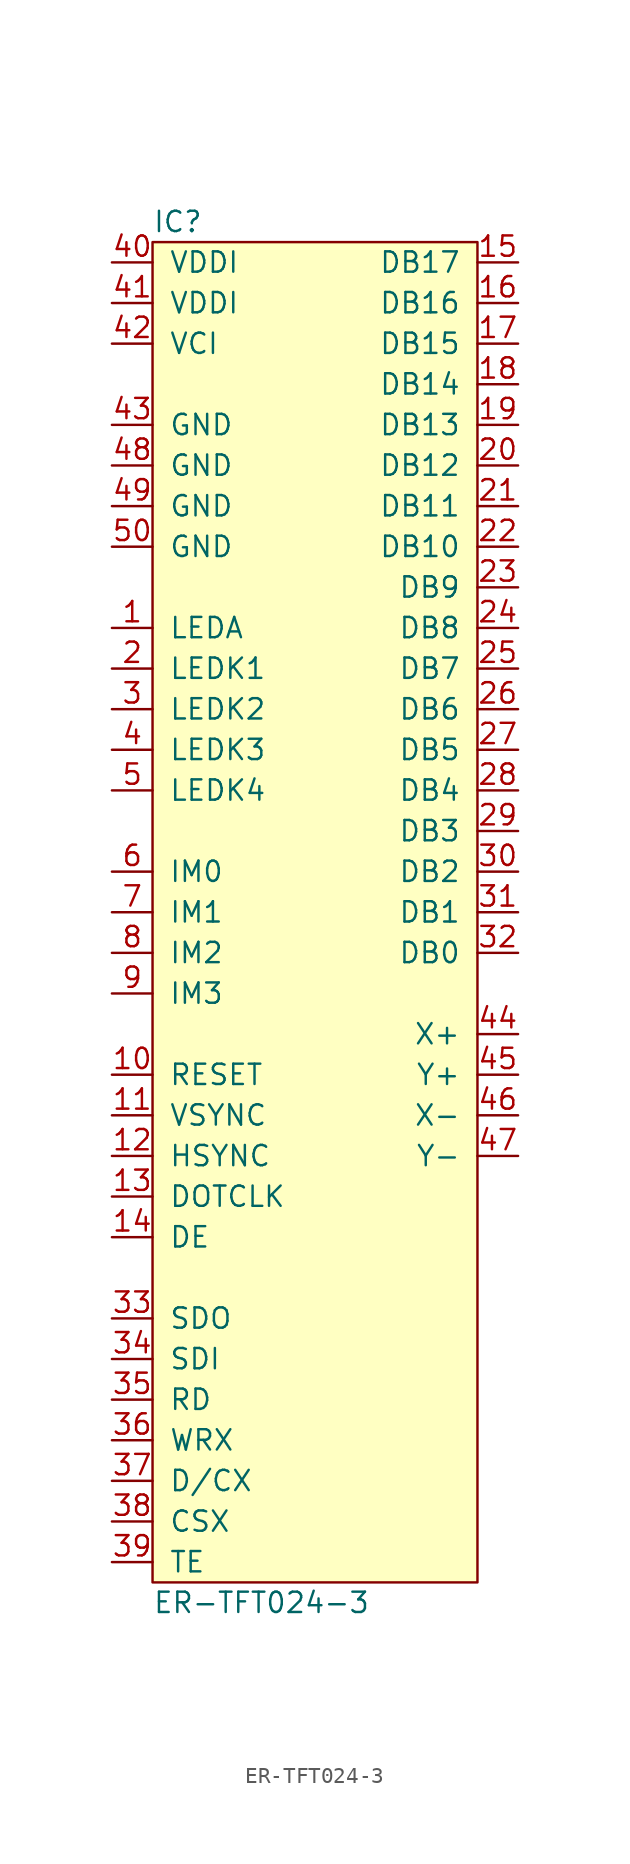
<source format=kicad_sym>
(kicad_symbol_lib
  (version 20211014)
  (generator agg_kicad.build_lib_ic)
  (symbol "ER-TFT024-3"
    (pin_names
      (offset 1.016))
    (property Reference IC
      (at -10.16 43.18 0)
      (effects (font (size 1.27 1.27)) (justify left)))
    (property Value "ER-TFT024-3"
      (at -10.16 -43.18 0)
      (effects (font (size 1.27 1.27)) (justify left)))
    (symbol "ER-TFT024-3_0_0"
      (rectangle (start -10.16 41.91) (end 10.16 -41.91) (stroke (width 0) (type default) (color 0 0 0 0)) (fill (type background)))
      (pin power_in line (at -12.7 40.64 0) (length 2.54) (name VDDI (effects (font (size 1.27 1.27)))) (number "40" (effects (font (size 1.27 1.27)))))
      (pin power_in line (at -12.7 38.1 0) (length 2.54) (name VDDI (effects (font (size 1.27 1.27)))) (number "41" (effects (font (size 1.27 1.27)))))
      (pin power_in line (at -12.7 35.56 0) (length 2.54) (name VCI (effects (font (size 1.27 1.27)))) (number "42" (effects (font (size 1.27 1.27)))))
      (pin power_in line (at -12.7 30.48 0) (length 2.54) (name GND (effects (font (size 1.27 1.27)))) (number "43" (effects (font (size 1.27 1.27)))))
      (pin power_in line (at -12.7 27.94 0) (length 2.54) (name GND (effects (font (size 1.27 1.27)))) (number "48" (effects (font (size 1.27 1.27)))))
      (pin power_in line (at -12.7 25.4 0) (length 2.54) (name GND (effects (font (size 1.27 1.27)))) (number "49" (effects (font (size 1.27 1.27)))))
      (pin power_in line (at -12.7 22.86 0) (length 2.54) (name GND (effects (font (size 1.27 1.27)))) (number "50" (effects (font (size 1.27 1.27)))))
      (pin passive line (at -12.7 17.78 0) (length 2.54) (name LEDA (effects (font (size 1.27 1.27)))) (number "1" (effects (font (size 1.27 1.27)))))
      (pin passive line (at -12.7 15.24 0) (length 2.54) (name "LEDK1" (effects (font (size 1.27 1.27)))) (number "2" (effects (font (size 1.27 1.27)))))
      (pin passive line (at -12.7 12.7 0) (length 2.54) (name "LEDK2" (effects (font (size 1.27 1.27)))) (number "3" (effects (font (size 1.27 1.27)))))
      (pin passive line (at -12.7 10.16 0) (length 2.54) (name "LEDK3" (effects (font (size 1.27 1.27)))) (number "4" (effects (font (size 1.27 1.27)))))
      (pin passive line (at -12.7 7.62 0) (length 2.54) (name "LEDK4" (effects (font (size 1.27 1.27)))) (number "5" (effects (font (size 1.27 1.27)))))
      (pin input line (at -12.7 2.54 0) (length 2.54) (name "IM0" (effects (font (size 1.27 1.27)))) (number "6" (effects (font (size 1.27 1.27)))))
      (pin input line (at -12.7 0 0) (length 2.54) (name "IM1" (effects (font (size 1.27 1.27)))) (number "7" (effects (font (size 1.27 1.27)))))
      (pin input line (at -12.7 -2.54 0) (length 2.54) (name "IM2" (effects (font (size 1.27 1.27)))) (number "8" (effects (font (size 1.27 1.27)))))
      (pin input line (at -12.7 -5.08 0) (length 2.54) (name "IM3" (effects (font (size 1.27 1.27)))) (number "9" (effects (font (size 1.27 1.27)))))
      (pin input line (at -12.7 -10.16 0) (length 2.54) (name RESET (effects (font (size 1.27 1.27)))) (number "10" (effects (font (size 1.27 1.27)))))
      (pin input line (at -12.7 -12.7 0) (length 2.54) (name VSYNC (effects (font (size 1.27 1.27)))) (number "11" (effects (font (size 1.27 1.27)))))
      (pin input line (at -12.7 -15.24 0) (length 2.54) (name HSYNC (effects (font (size 1.27 1.27)))) (number "12" (effects (font (size 1.27 1.27)))))
      (pin input line (at -12.7 -17.78 0) (length 2.54) (name DOTCLK (effects (font (size 1.27 1.27)))) (number "13" (effects (font (size 1.27 1.27)))))
      (pin input line (at -12.7 -20.32 0) (length 2.54) (name DE (effects (font (size 1.27 1.27)))) (number "14" (effects (font (size 1.27 1.27)))))
      (pin tri_state line (at -12.7 -25.4 0) (length 2.54) (name SDO (effects (font (size 1.27 1.27)))) (number "33" (effects (font (size 1.27 1.27)))))
      (pin input line (at -12.7 -27.94 0) (length 2.54) (name SDI (effects (font (size 1.27 1.27)))) (number "34" (effects (font (size 1.27 1.27)))))
      (pin input line (at -12.7 -30.48 0) (length 2.54) (name RD (effects (font (size 1.27 1.27)))) (number "35" (effects (font (size 1.27 1.27)))))
      (pin input line (at -12.7 -33.02 0) (length 2.54) (name WRX (effects (font (size 1.27 1.27)))) (number "36" (effects (font (size 1.27 1.27)))))
      (pin input line (at -12.7 -35.56 0) (length 2.54) (name "D/CX" (effects (font (size 1.27 1.27)))) (number "37" (effects (font (size 1.27 1.27)))))
      (pin input line (at -12.7 -38.1 0) (length 2.54) (name CSX (effects (font (size 1.27 1.27)))) (number "38" (effects (font (size 1.27 1.27)))))
      (pin input line (at -12.7 -40.64 0) (length 2.54) (name TE (effects (font (size 1.27 1.27)))) (number "39" (effects (font (size 1.27 1.27)))))
      (pin input line (at 12.7 40.64 180) (length 2.54) (name "DB17" (effects (font (size 1.27 1.27)))) (number "15" (effects (font (size 1.27 1.27)))))
      (pin input line (at 12.7 38.1 180) (length 2.54) (name "DB16" (effects (font (size 1.27 1.27)))) (number "16" (effects (font (size 1.27 1.27)))))
      (pin input line (at 12.7 35.56 180) (length 2.54) (name "DB15" (effects (font (size 1.27 1.27)))) (number "17" (effects (font (size 1.27 1.27)))))
      (pin input line (at 12.7 33.02 180) (length 2.54) (name "DB14" (effects (font (size 1.27 1.27)))) (number "18" (effects (font (size 1.27 1.27)))))
      (pin input line (at 12.7 30.48 180) (length 2.54) (name "DB13" (effects (font (size 1.27 1.27)))) (number "19" (effects (font (size 1.27 1.27)))))
      (pin input line (at 12.7 27.94 180) (length 2.54) (name "DB12" (effects (font (size 1.27 1.27)))) (number "20" (effects (font (size 1.27 1.27)))))
      (pin input line (at 12.7 25.4 180) (length 2.54) (name "DB11" (effects (font (size 1.27 1.27)))) (number "21" (effects (font (size 1.27 1.27)))))
      (pin input line (at 12.7 22.86 180) (length 2.54) (name "DB10" (effects (font (size 1.27 1.27)))) (number "22" (effects (font (size 1.27 1.27)))))
      (pin input line (at 12.7 20.32 180) (length 2.54) (name "DB9" (effects (font (size 1.27 1.27)))) (number "23" (effects (font (size 1.27 1.27)))))
      (pin input line (at 12.7 17.78 180) (length 2.54) (name "DB8" (effects (font (size 1.27 1.27)))) (number "24" (effects (font (size 1.27 1.27)))))
      (pin input line (at 12.7 15.24 180) (length 2.54) (name "DB7" (effects (font (size 1.27 1.27)))) (number "25" (effects (font (size 1.27 1.27)))))
      (pin input line (at 12.7 12.7 180) (length 2.54) (name "DB6" (effects (font (size 1.27 1.27)))) (number "26" (effects (font (size 1.27 1.27)))))
      (pin input line (at 12.7 10.16 180) (length 2.54) (name "DB5" (effects (font (size 1.27 1.27)))) (number "27" (effects (font (size 1.27 1.27)))))
      (pin input line (at 12.7 7.62 180) (length 2.54) (name "DB4" (effects (font (size 1.27 1.27)))) (number "28" (effects (font (size 1.27 1.27)))))
      (pin input line (at 12.7 5.08 180) (length 2.54) (name "DB3" (effects (font (size 1.27 1.27)))) (number "29" (effects (font (size 1.27 1.27)))))
      (pin input line (at 12.7 2.54 180) (length 2.54) (name "DB2" (effects (font (size 1.27 1.27)))) (number "30" (effects (font (size 1.27 1.27)))))
      (pin input line (at 12.7 0 180) (length 2.54) (name "DB1" (effects (font (size 1.27 1.27)))) (number "31" (effects (font (size 1.27 1.27)))))
      (pin input line (at 12.7 -2.54 180) (length 2.54) (name "DB0" (effects (font (size 1.27 1.27)))) (number "32" (effects (font (size 1.27 1.27)))))
      (pin passive line (at 12.7 -7.62 180) (length 2.54) (name "X+" (effects (font (size 1.27 1.27)))) (number "44" (effects (font (size 1.27 1.27)))))
      (pin passive line (at 12.7 -10.16 180) (length 2.54) (name "Y+" (effects (font (size 1.27 1.27)))) (number "45" (effects (font (size 1.27 1.27)))))
      (pin passive line (at 12.7 -12.7 180) (length 2.54) (name "X-" (effects (font (size 1.27 1.27)))) (number "46" (effects (font (size 1.27 1.27)))))
      (pin passive line (at 12.7 -15.24 180) (length 2.54) (name "Y-" (effects (font (size 1.27 1.27)))) (number "47" (effects (font (size 1.27 1.27))))))))
</source>
